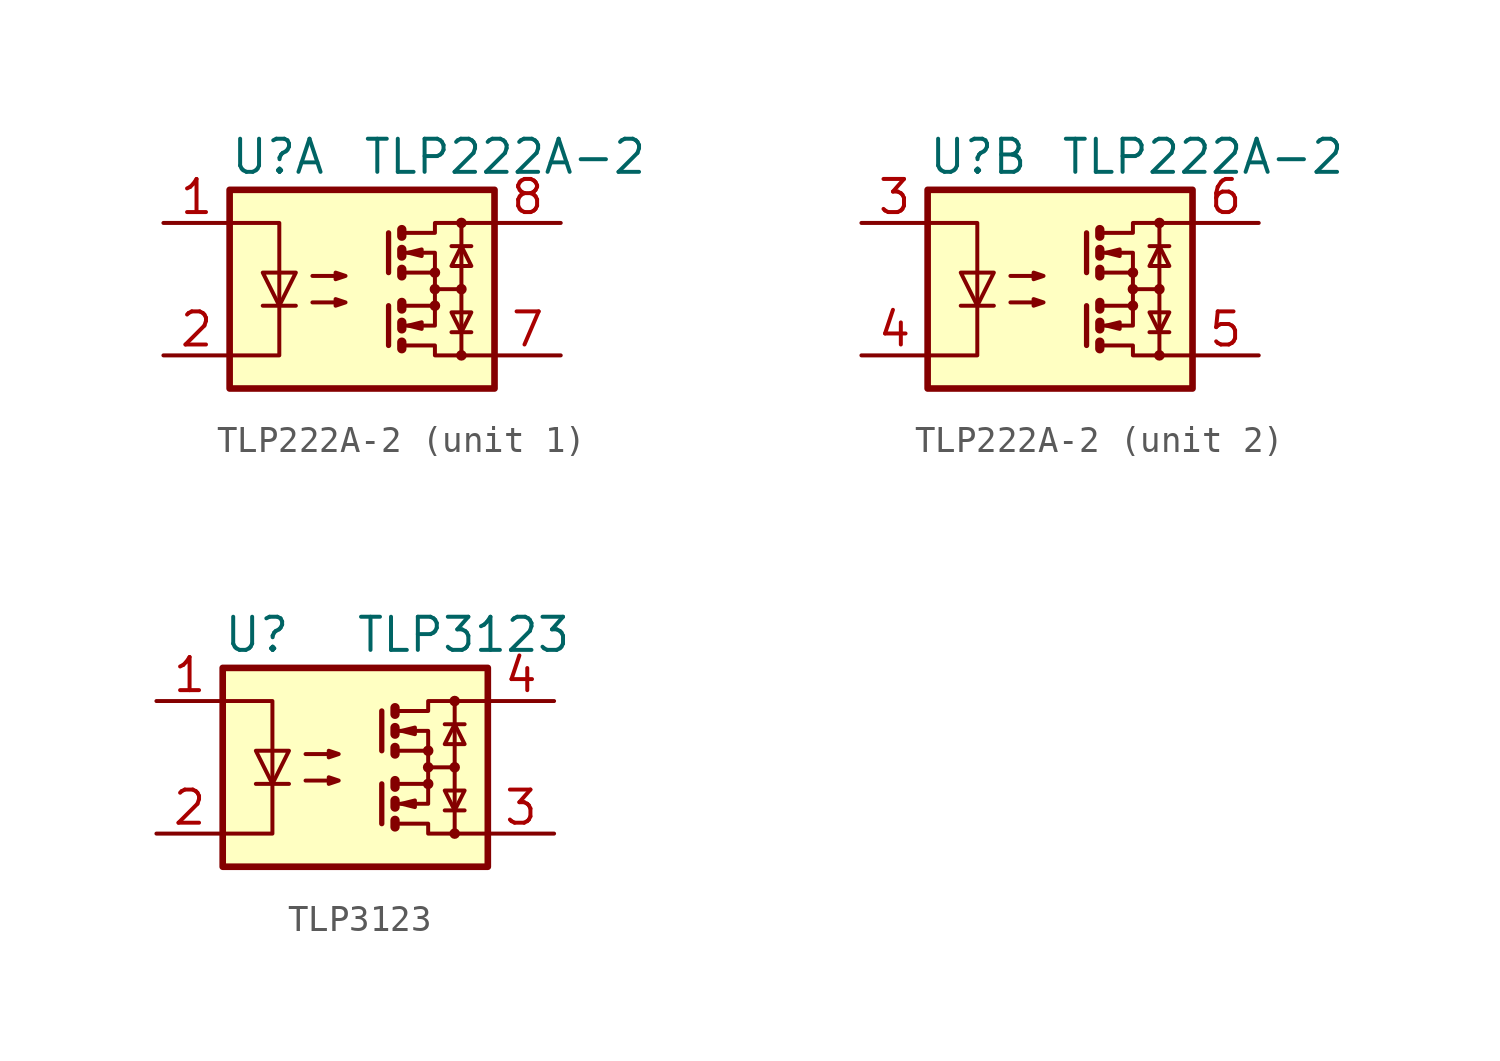
<source format=kicad_sym>
(kicad_symbol_lib
  (version 20220914)
  (generator kicad_symbol_editor)
  (symbol "TLP222A-2"
    (property "Reference" "U"
      (at -5.08 5.08 0)
      (effects (font (size 1.27 1.27)) (justify left)))
    (property "Value" "TLP222A-2"
      (at 0 5.08 0)
      (effects (font (size 1.27 1.27)) (justify left)))
    (symbol "TLP222A-2_0_1"
      (rectangle (start -5.08 3.81) (end 5.08 -3.81) (stroke (width 0.254) (type default)) (fill (type background)))
      (polyline (pts (xy -3.81 -0.635) (xy -2.54 -0.635)) (stroke (width 0) (type default)) (fill (type none)))
      (polyline (pts (xy 1.016 -0.635) (xy 1.016 -2.159)) (stroke (width 0.203) (type default)) (fill (type none)))
      (polyline (pts (xy 1.016 2.159) (xy 1.016 0.635)) (stroke (width 0.203) (type default)) (fill (type none)))
      (polyline (pts (xy 1.524 -0.508) (xy 1.524 -0.762)) (stroke (width 0.356) (type default)) (fill (type none)))
      (polyline (pts (xy 2.794 0) (xy 3.81 0)) (stroke (width 0) (type default)) (fill (type none)))
      (polyline (pts (xy 3.429 -1.651) (xy 4.191 -1.651)) (stroke (width 0) (type default)) (fill (type none)))
      (polyline (pts (xy 3.429 1.651) (xy 4.191 1.651)) (stroke (width 0) (type default)) (fill (type none)))
      (polyline (pts (xy 3.81 -2.54) (xy 3.81 2.54)) (stroke (width 0) (type default)) (fill (type none)))
      (polyline (pts (xy 1.524 -2.032) (xy 1.524 -2.286) (xy 1.524 -2.286)) (stroke (width 0.356) (type default)) (fill (type none)))
      (polyline (pts (xy 1.524 -1.27) (xy 1.524 -1.524) (xy 1.524 -1.524)) (stroke (width 0.356) (type default)) (fill (type none)))
      (polyline (pts (xy 1.524 0.762) (xy 1.524 0.508) (xy 1.524 0.508)) (stroke (width 0.356) (type default)) (fill (type none)))
      (polyline (pts (xy 1.524 1.524) (xy 1.524 1.27) (xy 1.524 1.27)) (stroke (width 0.356) (type default)) (fill (type none)))
      (polyline (pts (xy 1.524 2.286) (xy 1.524 2.032) (xy 1.524 2.032)) (stroke (width 0.356) (type default)) (fill (type none)))
      (polyline (pts (xy 1.651 -1.397) (xy 2.794 -1.397) (xy 2.794 -0.635)) (stroke (width 0) (type default)) (fill (type none)))
      (polyline (pts (xy 1.651 1.397) (xy 2.794 1.397) (xy 2.794 0.635)) (stroke (width 0) (type default)) (fill (type none)))
      (polyline (pts (xy -5.08 2.54) (xy -3.175 2.54) (xy -3.175 -2.54) (xy -5.08 -2.54)) (stroke (width 0) (type default)) (fill (type none)))
      (polyline (pts (xy -3.175 -0.635) (xy -3.81 0.635) (xy -2.54 0.635) (xy -3.175 -0.635)) (stroke (width 0) (type default)) (fill (type none)))
      (polyline (pts (xy 1.651 -2.159) (xy 2.794 -2.159) (xy 2.794 -2.54) (xy 5.08 -2.54)) (stroke (width 0) (type default)) (fill (type none)))
      (polyline (pts (xy 1.651 -0.635) (xy 2.794 -0.635) (xy 2.794 0.635) (xy 1.651 0.635)) (stroke (width 0) (type default)) (fill (type none)))
      (polyline (pts (xy 1.651 2.159) (xy 2.794 2.159) (xy 2.794 2.54) (xy 5.08 2.54)) (stroke (width 0) (type default)) (fill (type none)))
      (polyline (pts (xy 1.778 -1.397) (xy 2.286 -1.27) (xy 2.286 -1.524) (xy 1.778 -1.397)) (stroke (width 0) (type default)) (fill (type none)))
      (polyline (pts (xy 1.778 1.397) (xy 2.286 1.524) (xy 2.286 1.27) (xy 1.778 1.397)) (stroke (width 0) (type default)) (fill (type none)))
      (polyline (pts (xy 3.81 -1.651) (xy 3.429 -0.889) (xy 4.191 -0.889) (xy 3.81 -1.651)) (stroke (width 0) (type default)) (fill (type none)))
      (polyline (pts (xy 3.81 1.651) (xy 3.429 0.889) (xy 4.191 0.889) (xy 3.81 1.651)) (stroke (width 0) (type default)) (fill (type none)))
      (polyline (pts (xy -1.905 -0.508) (xy -0.635 -0.508) (xy -1.016 -0.635) (xy -1.016 -0.381) (xy -0.635 -0.508)) (stroke (width 0) (type default)) (fill (type none)))
      (polyline (pts (xy -1.905 0.508) (xy -0.635 0.508) (xy -1.016 0.381) (xy -1.016 0.635) (xy -0.635 0.508)) (stroke (width 0) (type default)) (fill (type none)))
      (circle (center 2.794 -0.635) (radius 0.127) (stroke (width 0) (type default)) (fill (type none)))
      (circle (center 2.794 0) (radius 0.127) (stroke (width 0) (type default)) (fill (type none)))
      (circle (center 2.794 0.635) (radius 0.127) (stroke (width 0) (type default)) (fill (type none)))
      (circle (center 3.81 -2.54) (radius 0.127) (stroke (width 0) (type default)) (fill (type none)))
      (circle (center 3.81 0) (radius 0.127) (stroke (width 0) (type default)) (fill (type none)))
      (circle (center 3.81 2.54) (radius 0.127) (stroke (width 0) (type default)) (fill (type none))))
    (symbol "TLP222A-2_1_1"
      (pin passive line (at -7.62 2.54 0) (length 2.54) (name "~" (effects (font (size 1.27 1.27)))) (number "1" (effects (font (size 1.27 1.27)))))
      (pin passive line (at -7.62 -2.54 0) (length 2.54) (name "~" (effects (font (size 1.27 1.27)))) (number "2" (effects (font (size 1.27 1.27)))))
      (pin passive line (at 7.62 -2.54 180) (length 2.54) (name "~" (effects (font (size 1.27 1.27)))) (number "7" (effects (font (size 1.27 1.27)))))
      (pin passive line (at 7.62 2.54 180) (length 2.54) (name "~" (effects (font (size 1.27 1.27)))) (number "8" (effects (font (size 1.27 1.27))))))
    (symbol "TLP222A-2_2_1"
      (pin passive line (at -7.62 2.54 0) (length 2.54) (name "~" (effects (font (size 1.27 1.27)))) (number "3" (effects (font (size 1.27 1.27)))))
      (pin passive line (at -7.62 -2.54 0) (length 2.54) (name "~" (effects (font (size 1.27 1.27)))) (number "4" (effects (font (size 1.27 1.27)))))
      (pin passive line (at 7.62 -2.54 180) (length 2.54) (name "~" (effects (font (size 1.27 1.27)))) (number "5" (effects (font (size 1.27 1.27)))))
      (pin passive line (at 7.62 2.54 180) (length 2.54) (name "~" (effects (font (size 1.27 1.27)))) (number "6" (effects (font (size 1.27 1.27)))))))
  (symbol "TLP3123"
    (property "Reference" "U"
      (at -5.08 5.08 0)
      (effects (font (size 1.27 1.27)) (justify left)))
    (property "Value" "TLP3123"
      (at 0 5.08 0)
      (effects (font (size 1.27 1.27)) (justify left)))
    (symbol "TLP3123_0_1"
      (rectangle (start -5.08 3.81) (end 5.08 -3.81) (stroke (width 0.254) (type default)) (fill (type background)))
      (polyline (pts (xy -3.81 -0.635) (xy -2.54 -0.635)) (stroke (width 0) (type default)) (fill (type none)))
      (polyline (pts (xy 1.016 -0.635) (xy 1.016 -2.159)) (stroke (width 0.203) (type default)) (fill (type none)))
      (polyline (pts (xy 1.016 2.159) (xy 1.016 0.635)) (stroke (width 0.203) (type default)) (fill (type none)))
      (polyline (pts (xy 1.524 -0.508) (xy 1.524 -0.762)) (stroke (width 0.356) (type default)) (fill (type none)))
      (polyline (pts (xy 2.794 0) (xy 3.81 0)) (stroke (width 0) (type default)) (fill (type none)))
      (polyline (pts (xy 3.429 -1.651) (xy 4.191 -1.651)) (stroke (width 0) (type default)) (fill (type none)))
      (polyline (pts (xy 3.429 1.651) (xy 4.191 1.651)) (stroke (width 0) (type default)) (fill (type none)))
      (polyline (pts (xy 3.81 -2.54) (xy 3.81 2.54)) (stroke (width 0) (type default)) (fill (type none)))
      (polyline (pts (xy 1.524 -2.032) (xy 1.524 -2.286) (xy 1.524 -2.286)) (stroke (width 0.356) (type default)) (fill (type none)))
      (polyline (pts (xy 1.524 -1.27) (xy 1.524 -1.524) (xy 1.524 -1.524)) (stroke (width 0.356) (type default)) (fill (type none)))
      (polyline (pts (xy 1.524 0.762) (xy 1.524 0.508) (xy 1.524 0.508)) (stroke (width 0.356) (type default)) (fill (type none)))
      (polyline (pts (xy 1.524 1.524) (xy 1.524 1.27) (xy 1.524 1.27)) (stroke (width 0.356) (type default)) (fill (type none)))
      (polyline (pts (xy 1.524 2.286) (xy 1.524 2.032) (xy 1.524 2.032)) (stroke (width 0.356) (type default)) (fill (type none)))
      (polyline (pts (xy 1.651 -1.397) (xy 2.794 -1.397) (xy 2.794 -0.635)) (stroke (width 0) (type default)) (fill (type none)))
      (polyline (pts (xy 1.651 1.397) (xy 2.794 1.397) (xy 2.794 0.635)) (stroke (width 0) (type default)) (fill (type none)))
      (polyline (pts (xy -5.08 2.54) (xy -3.175 2.54) (xy -3.175 -2.54) (xy -5.08 -2.54)) (stroke (width 0) (type default)) (fill (type none)))
      (polyline (pts (xy -3.175 -0.635) (xy -3.81 0.635) (xy -2.54 0.635) (xy -3.175 -0.635)) (stroke (width 0) (type default)) (fill (type none)))
      (polyline (pts (xy 1.651 -2.159) (xy 2.794 -2.159) (xy 2.794 -2.54) (xy 5.08 -2.54)) (stroke (width 0) (type default)) (fill (type none)))
      (polyline (pts (xy 1.651 -0.635) (xy 2.794 -0.635) (xy 2.794 0.635) (xy 1.651 0.635)) (stroke (width 0) (type default)) (fill (type none)))
      (polyline (pts (xy 1.651 2.159) (xy 2.794 2.159) (xy 2.794 2.54) (xy 5.08 2.54)) (stroke (width 0) (type default)) (fill (type none)))
      (polyline (pts (xy 1.778 -1.397) (xy 2.286 -1.27) (xy 2.286 -1.524) (xy 1.778 -1.397)) (stroke (width 0) (type default)) (fill (type none)))
      (polyline (pts (xy 1.778 1.397) (xy 2.286 1.524) (xy 2.286 1.27) (xy 1.778 1.397)) (stroke (width 0) (type default)) (fill (type none)))
      (polyline (pts (xy 3.81 -1.651) (xy 3.429 -0.889) (xy 4.191 -0.889) (xy 3.81 -1.651)) (stroke (width 0) (type default)) (fill (type none)))
      (polyline (pts (xy 3.81 1.651) (xy 3.429 0.889) (xy 4.191 0.889) (xy 3.81 1.651)) (stroke (width 0) (type default)) (fill (type none)))
      (polyline (pts (xy -1.905 -0.508) (xy -0.635 -0.508) (xy -1.016 -0.635) (xy -1.016 -0.381) (xy -0.635 -0.508)) (stroke (width 0) (type default)) (fill (type none)))
      (polyline (pts (xy -1.905 0.508) (xy -0.635 0.508) (xy -1.016 0.381) (xy -1.016 0.635) (xy -0.635 0.508)) (stroke (width 0) (type default)) (fill (type none)))
      (circle (center 2.794 -0.635) (radius 0.127) (stroke (width 0) (type default)) (fill (type none)))
      (circle (center 2.794 0) (radius 0.127) (stroke (width 0) (type default)) (fill (type none)))
      (circle (center 2.794 0.635) (radius 0.127) (stroke (width 0) (type default)) (fill (type none)))
      (circle (center 3.81 -2.54) (radius 0.127) (stroke (width 0) (type default)) (fill (type none)))
      (circle (center 3.81 0) (radius 0.127) (stroke (width 0) (type default)) (fill (type none)))
      (circle (center 3.81 2.54) (radius 0.127) (stroke (width 0) (type default)) (fill (type none))))
    (symbol "TLP3123_1_1"
      (pin passive line (at -7.62 2.54 0) (length 2.54) (name "~" (effects (font (size 1.27 1.27)))) (number "1" (effects (font (size 1.27 1.27)))))
      (pin passive line (at -7.62 -2.54 0) (length 2.54) (name "~" (effects (font (size 1.27 1.27)))) (number "2" (effects (font (size 1.27 1.27)))))
      (pin passive line (at 7.62 -2.54 180) (length 2.54) (name "~" (effects (font (size 1.27 1.27)))) (number "3" (effects (font (size 1.27 1.27)))))
      (pin passive line (at 7.62 2.54 180) (length 2.54) (name "~" (effects (font (size 1.27 1.27)))) (number "4" (effects (font (size 1.27 1.27))))))))
</source>
